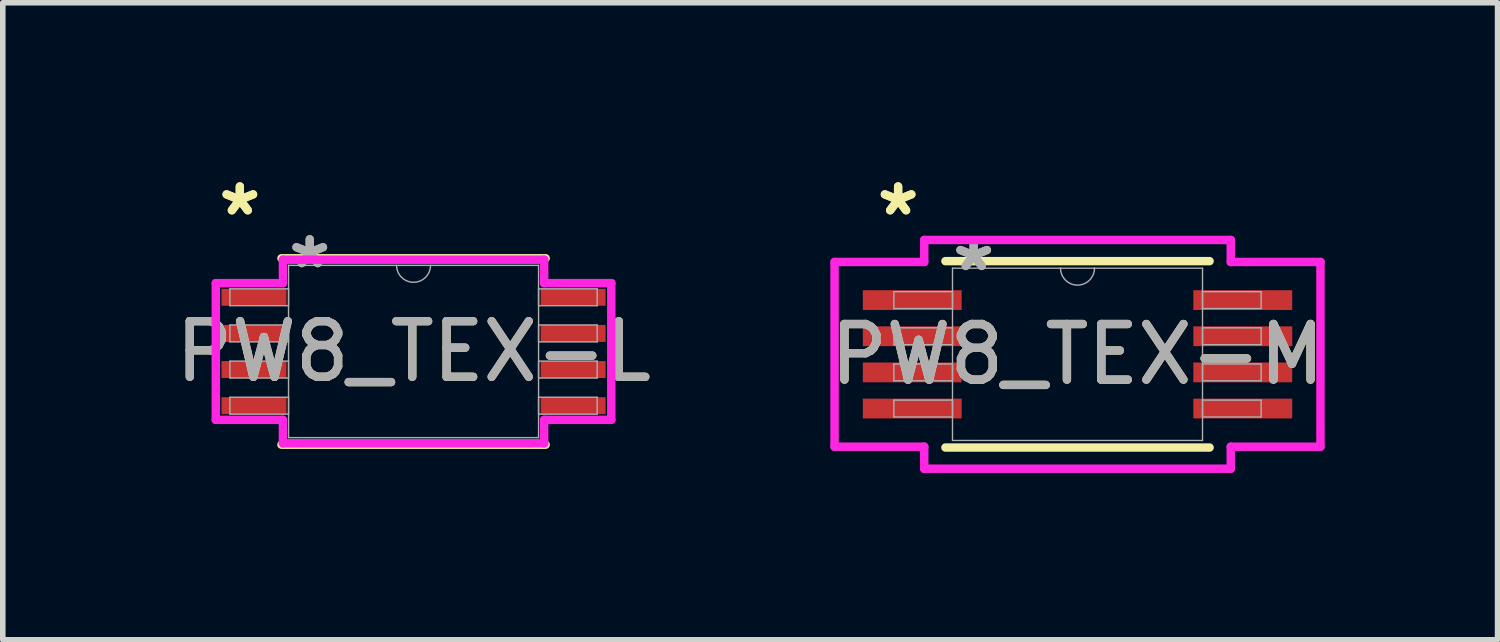
<source format=kicad_pcb>
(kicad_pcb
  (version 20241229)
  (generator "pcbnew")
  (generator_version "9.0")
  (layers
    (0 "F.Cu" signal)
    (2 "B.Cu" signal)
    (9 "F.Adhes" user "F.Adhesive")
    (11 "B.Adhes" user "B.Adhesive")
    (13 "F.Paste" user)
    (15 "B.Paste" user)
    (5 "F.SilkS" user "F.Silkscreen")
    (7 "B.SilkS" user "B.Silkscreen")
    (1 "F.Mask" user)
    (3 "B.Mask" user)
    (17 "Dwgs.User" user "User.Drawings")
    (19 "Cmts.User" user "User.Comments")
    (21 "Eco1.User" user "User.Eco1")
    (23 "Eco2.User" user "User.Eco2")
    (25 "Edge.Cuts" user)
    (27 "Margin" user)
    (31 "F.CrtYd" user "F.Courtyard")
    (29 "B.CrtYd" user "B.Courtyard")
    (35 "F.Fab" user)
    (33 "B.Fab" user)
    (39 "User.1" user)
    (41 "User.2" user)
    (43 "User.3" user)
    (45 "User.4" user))
  (footprint "PW8_TEX-L"
    (layer "F.Cu")
    (at 4.387 3.271)
    (property "Reference" "PW8_TEX-L" (at 0 0 0) (unlocked yes) (layer "F.SilkS") (effects (font (size 1 1) (thickness 0.15))))
    (attr smd)
    (fp_line (start -2.375 1.676) (end 2.375 1.676) (stroke (width 0.152) (type solid)) (layer "F.SilkS"))
    (fp_line (start 2.375 -1.676) (end -2.375 -1.676) (stroke (width 0.152) (type solid)) (layer "F.SilkS"))
    (fp_line (start -3.556 -1.229) (end -2.349 -1.229) (stroke (width 0.152) (type solid)) (layer "F.CrtYd"))
    (fp_line (start -3.556 1.229) (end -3.556 -1.229) (stroke (width 0.152) (type solid)) (layer "F.CrtYd"))
    (fp_line (start -3.556 1.229) (end -2.349 1.229) (stroke (width 0.152) (type solid)) (layer "F.CrtYd"))
    (fp_line (start -2.349 -1.651) (end 2.349 -1.651) (stroke (width 0.152) (type solid)) (layer "F.CrtYd"))
    (fp_line (start -2.349 -1.229) (end -2.349 -1.651) (stroke (width 0.152) (type solid)) (layer "F.CrtYd"))
    (fp_line (start -2.349 1.651) (end -2.349 1.229) (stroke (width 0.152) (type solid)) (layer "F.CrtYd"))
    (fp_line (start 2.349 -1.651) (end 2.349 -1.229) (stroke (width 0.152) (type solid)) (layer "F.CrtYd"))
    (fp_line (start 2.349 1.229) (end 2.349 1.651) (stroke (width 0.152) (type solid)) (layer "F.CrtYd"))
    (fp_line (start 2.349 1.651) (end -2.349 1.651) (stroke (width 0.152) (type solid)) (layer "F.CrtYd"))
    (fp_line (start 3.556 -1.229) (end 2.349 -1.229) (stroke (width 0.152) (type solid)) (layer "F.CrtYd"))
    (fp_line (start 3.556 -1.229) (end 3.556 1.229) (stroke (width 0.152) (type solid)) (layer "F.CrtYd"))
    (fp_line (start 3.556 1.229) (end 2.349 1.229) (stroke (width 0.152) (type solid)) (layer "F.CrtYd"))
    (fp_line (start -3.302 -1.127) (end -3.302 -0.823) (stroke (width 0.025) (type solid)) (layer "F.Fab"))
    (fp_line (start -3.302 -0.823) (end -2.248 -0.823) (stroke (width 0.025) (type solid)) (layer "F.Fab"))
    (fp_line (start -3.302 -0.477) (end -3.302 -0.173) (stroke (width 0.025) (type solid)) (layer "F.Fab"))
    (fp_line (start -3.302 -0.173) (end -2.248 -0.173) (stroke (width 0.025) (type solid)) (layer "F.Fab"))
    (fp_line (start -3.302 0.173) (end -3.302 0.477) (stroke (width 0.025) (type solid)) (layer "F.Fab"))
    (fp_line (start -3.302 0.477) (end -2.248 0.477) (stroke (width 0.025) (type solid)) (layer "F.Fab"))
    (fp_line (start -3.302 0.823) (end -3.302 1.127) (stroke (width 0.025) (type solid)) (layer "F.Fab"))
    (fp_line (start -3.302 1.127) (end -2.248 1.127) (stroke (width 0.025) (type solid)) (layer "F.Fab"))
    (fp_line (start -2.248 -1.549) (end -2.248 1.549) (stroke (width 0.025) (type solid)) (layer "F.Fab"))
    (fp_line (start -2.248 -1.127) (end -3.302 -1.127) (stroke (width 0.025) (type solid)) (layer "F.Fab"))
    (fp_line (start -2.248 -0.823) (end -2.248 -1.127) (stroke (width 0.025) (type solid)) (layer "F.Fab"))
    (fp_line (start -2.248 -0.477) (end -3.302 -0.477) (stroke (width 0.025) (type solid)) (layer "F.Fab"))
    (fp_line (start -2.248 -0.173) (end -2.248 -0.477) (stroke (width 0.025) (type solid)) (layer "F.Fab"))
    (fp_line (start -2.248 0.173) (end -3.302 0.173) (stroke (width 0.025) (type solid)) (layer "F.Fab"))
    (fp_line (start -2.248 0.477) (end -2.248 0.173) (stroke (width 0.025) (type solid)) (layer "F.Fab"))
    (fp_line (start -2.248 0.823) (end -3.302 0.823) (stroke (width 0.025) (type solid)) (layer "F.Fab"))
    (fp_line (start -2.248 1.127) (end -2.248 0.823) (stroke (width 0.025) (type solid)) (layer "F.Fab"))
    (fp_line (start -2.248 1.549) (end 2.248 1.549) (stroke (width 0.025) (type solid)) (layer "F.Fab"))
    (fp_line (start 2.248 -1.549) (end -2.248 -1.549) (stroke (width 0.025) (type solid)) (layer "F.Fab"))
    (fp_line (start 2.248 -1.127) (end 2.248 -0.823) (stroke (width 0.025) (type solid)) (layer "F.Fab"))
    (fp_line (start 2.248 -0.823) (end 3.302 -0.823) (stroke (width 0.025) (type solid)) (layer "F.Fab"))
    (fp_line (start 2.248 -0.477) (end 2.248 -0.173) (stroke (width 0.025) (type solid)) (layer "F.Fab"))
    (fp_line (start 2.248 -0.173) (end 3.302 -0.173) (stroke (width 0.025) (type solid)) (layer "F.Fab"))
    (fp_line (start 2.248 0.173) (end 2.248 0.477) (stroke (width 0.025) (type solid)) (layer "F.Fab"))
    (fp_line (start 2.248 0.477) (end 3.302 0.477) (stroke (width 0.025) (type solid)) (layer "F.Fab"))
    (fp_line (start 2.248 0.823) (end 2.248 1.127) (stroke (width 0.025) (type solid)) (layer "F.Fab"))
    (fp_line (start 2.248 1.127) (end 3.302 1.127) (stroke (width 0.025) (type solid)) (layer "F.Fab"))
    (fp_line (start 2.248 1.549) (end 2.248 -1.549) (stroke (width 0.025) (type solid)) (layer "F.Fab"))
    (fp_line (start 3.302 -1.127) (end 2.248 -1.127) (stroke (width 0.025) (type solid)) (layer "F.Fab"))
    (fp_line (start 3.302 -0.823) (end 3.302 -1.127) (stroke (width 0.025) (type solid)) (layer "F.Fab"))
    (fp_line (start 3.302 -0.477) (end 2.248 -0.477) (stroke (width 0.025) (type solid)) (layer "F.Fab"))
    (fp_line (start 3.302 -0.173) (end 3.302 -0.477) (stroke (width 0.025) (type solid)) (layer "F.Fab"))
    (fp_line (start 3.302 0.173) (end 2.248 0.173) (stroke (width 0.025) (type solid)) (layer "F.Fab"))
    (fp_line (start 3.302 0.477) (end 3.302 0.173) (stroke (width 0.025) (type solid)) (layer "F.Fab"))
    (fp_line (start 3.302 0.823) (end 2.248 0.823) (stroke (width 0.025) (type solid)) (layer "F.Fab"))
    (fp_line (start 3.302 1.127) (end 3.302 0.823) (stroke (width 0.025) (type solid)) (layer "F.Fab"))
    (fp_arc (start 0.3048 -1.5494) (mid 0 -1.2446) (end -0.3048 -1.5494) (stroke (width 0.0254) (type solid)) (layer "F.Fab"))
    (fp_text user "*" (at -3.124 -2.423 0) (unlocked yes) (layer "F.SilkS") (effects (font (size 1 1) (thickness 0.15))))
    (fp_text user "*" (at -3.124 -2.423 0) (layer "F.SilkS") (effects (font (size 1 1) (thickness 0.15))))
    (fp_text user "${REFERENCE}" (at 0 0 0) (unlocked yes) (layer "F.Fab") (effects (font (size 1 1) (thickness 0.15))))
    (fp_text user "*" (at -1.867 -1.473 0) (layer "F.Fab") (effects (font (size 1 1) (thickness 0.15))))
    (fp_text user "*" (at -1.867 -1.473 0) (unlocked yes) (layer "F.Fab") (effects (font (size 1 1) (thickness 0.15))))
    (pad "1" smd rect (at -2.87 -0.975) (size 1.168 0.305) (layers "F.Cu" "F.Mask" "F.Paste"))
    (pad "2" smd rect (at -2.87 -0.325) (size 1.168 0.305) (layers "F.Cu" "F.Mask" "F.Paste"))
    (pad "3" smd rect (at -2.87 0.325) (size 1.168 0.305) (layers "F.Cu" "F.Mask" "F.Paste"))
    (pad "4" smd rect (at -2.87 0.975) (size 1.168 0.305) (layers "F.Cu" "F.Mask" "F.Paste"))
    (pad "5" smd rect (at 2.87 0.975) (size 1.168 0.305) (layers "F.Cu" "F.Mask" "F.Paste"))
    (pad "6" smd rect (at 2.87 0.325) (size 1.168 0.305) (layers "F.Cu" "F.Mask" "F.Paste"))
    (pad "7" smd rect (at 2.87 -0.325) (size 1.168 0.305) (layers "F.Cu" "F.Mask" "F.Paste"))
    (pad "8" smd rect (at 2.87 -0.975) (size 1.168 0.305) (layers "F.Cu" "F.Mask" "F.Paste")))
  (footprint "PW8_TEX-M"
    (layer "F.Cu")
    (at 16.327 3.322)
    (property "Reference" "PW8_TEX-M" (at 0 0 0) (unlocked yes) (layer "F.SilkS") (effects (font (size 1 1) (thickness 0.15))))
    (attr smd)
    (fp_line (start -2.375 1.676) (end 2.375 1.676) (stroke (width 0.152) (type solid)) (layer "F.SilkS"))
    (fp_line (start 2.375 -1.676) (end -2.375 -1.676) (stroke (width 0.152) (type solid)) (layer "F.SilkS"))
    (fp_line (start -4.369 -1.661) (end -2.756 -1.661) (stroke (width 0.152) (type solid)) (layer "F.CrtYd"))
    (fp_line (start -4.369 1.661) (end -4.369 -1.661) (stroke (width 0.152) (type solid)) (layer "F.CrtYd"))
    (fp_line (start -4.369 1.661) (end -2.756 1.661) (stroke (width 0.152) (type solid)) (layer "F.CrtYd"))
    (fp_line (start -2.756 -2.057) (end 2.756 -2.057) (stroke (width 0.152) (type solid)) (layer "F.CrtYd"))
    (fp_line (start -2.756 -1.661) (end -2.756 -2.057) (stroke (width 0.152) (type solid)) (layer "F.CrtYd"))
    (fp_line (start -2.756 2.057) (end -2.756 1.661) (stroke (width 0.152) (type solid)) (layer "F.CrtYd"))
    (fp_line (start 2.756 -2.057) (end 2.756 -1.661) (stroke (width 0.152) (type solid)) (layer "F.CrtYd"))
    (fp_line (start 2.756 1.661) (end 2.756 2.057) (stroke (width 0.152) (type solid)) (layer "F.CrtYd"))
    (fp_line (start 2.756 2.057) (end -2.756 2.057) (stroke (width 0.152) (type solid)) (layer "F.CrtYd"))
    (fp_line (start 4.369 -1.661) (end 2.756 -1.661) (stroke (width 0.152) (type solid)) (layer "F.CrtYd"))
    (fp_line (start 4.369 -1.661) (end 4.369 1.661) (stroke (width 0.152) (type solid)) (layer "F.CrtYd"))
    (fp_line (start 4.369 1.661) (end 2.756 1.661) (stroke (width 0.152) (type solid)) (layer "F.CrtYd"))
    (fp_line (start -3.302 -1.127) (end -3.302 -0.823) (stroke (width 0.025) (type solid)) (layer "F.Fab"))
    (fp_line (start -3.302 -0.823) (end -2.248 -0.823) (stroke (width 0.025) (type solid)) (layer "F.Fab"))
    (fp_line (start -3.302 -0.477) (end -3.302 -0.173) (stroke (width 0.025) (type solid)) (layer "F.Fab"))
    (fp_line (start -3.302 -0.173) (end -2.248 -0.173) (stroke (width 0.025) (type solid)) (layer "F.Fab"))
    (fp_line (start -3.302 0.173) (end -3.302 0.477) (stroke (width 0.025) (type solid)) (layer "F.Fab"))
    (fp_line (start -3.302 0.477) (end -2.248 0.477) (stroke (width 0.025) (type solid)) (layer "F.Fab"))
    (fp_line (start -3.302 0.823) (end -3.302 1.127) (stroke (width 0.025) (type solid)) (layer "F.Fab"))
    (fp_line (start -3.302 1.127) (end -2.248 1.127) (stroke (width 0.025) (type solid)) (layer "F.Fab"))
    (fp_line (start -2.248 -1.549) (end -2.248 1.549) (stroke (width 0.025) (type solid)) (layer "F.Fab"))
    (fp_line (start -2.248 -1.127) (end -3.302 -1.127) (stroke (width 0.025) (type solid)) (layer "F.Fab"))
    (fp_line (start -2.248 -0.823) (end -2.248 -1.127) (stroke (width 0.025) (type solid)) (layer "F.Fab"))
    (fp_line (start -2.248 -0.477) (end -3.302 -0.477) (stroke (width 0.025) (type solid)) (layer "F.Fab"))
    (fp_line (start -2.248 -0.173) (end -2.248 -0.477) (stroke (width 0.025) (type solid)) (layer "F.Fab"))
    (fp_line (start -2.248 0.173) (end -3.302 0.173) (stroke (width 0.025) (type solid)) (layer "F.Fab"))
    (fp_line (start -2.248 0.477) (end -2.248 0.173) (stroke (width 0.025) (type solid)) (layer "F.Fab"))
    (fp_line (start -2.248 0.823) (end -3.302 0.823) (stroke (width 0.025) (type solid)) (layer "F.Fab"))
    (fp_line (start -2.248 1.127) (end -2.248 0.823) (stroke (width 0.025) (type solid)) (layer "F.Fab"))
    (fp_line (start -2.248 1.549) (end 2.248 1.549) (stroke (width 0.025) (type solid)) (layer "F.Fab"))
    (fp_line (start 2.248 -1.549) (end -2.248 -1.549) (stroke (width 0.025) (type solid)) (layer "F.Fab"))
    (fp_line (start 2.248 -1.127) (end 2.248 -0.823) (stroke (width 0.025) (type solid)) (layer "F.Fab"))
    (fp_line (start 2.248 -0.823) (end 3.302 -0.823) (stroke (width 0.025) (type solid)) (layer "F.Fab"))
    (fp_line (start 2.248 -0.477) (end 2.248 -0.173) (stroke (width 0.025) (type solid)) (layer "F.Fab"))
    (fp_line (start 2.248 -0.173) (end 3.302 -0.173) (stroke (width 0.025) (type solid)) (layer "F.Fab"))
    (fp_line (start 2.248 0.173) (end 2.248 0.477) (stroke (width 0.025) (type solid)) (layer "F.Fab"))
    (fp_line (start 2.248 0.477) (end 3.302 0.477) (stroke (width 0.025) (type solid)) (layer "F.Fab"))
    (fp_line (start 2.248 0.823) (end 2.248 1.127) (stroke (width 0.025) (type solid)) (layer "F.Fab"))
    (fp_line (start 2.248 1.127) (end 3.302 1.127) (stroke (width 0.025) (type solid)) (layer "F.Fab"))
    (fp_line (start 2.248 1.549) (end 2.248 -1.549) (stroke (width 0.025) (type solid)) (layer "F.Fab"))
    (fp_line (start 3.302 -1.127) (end 2.248 -1.127) (stroke (width 0.025) (type solid)) (layer "F.Fab"))
    (fp_line (start 3.302 -0.823) (end 3.302 -1.127) (stroke (width 0.025) (type solid)) (layer "F.Fab"))
    (fp_line (start 3.302 -0.477) (end 2.248 -0.477) (stroke (width 0.025) (type solid)) (layer "F.Fab"))
    (fp_line (start 3.302 -0.173) (end 3.302 -0.477) (stroke (width 0.025) (type solid)) (layer "F.Fab"))
    (fp_line (start 3.302 0.173) (end 2.248 0.173) (stroke (width 0.025) (type solid)) (layer "F.Fab"))
    (fp_line (start 3.302 0.477) (end 3.302 0.173) (stroke (width 0.025) (type solid)) (layer "F.Fab"))
    (fp_line (start 3.302 0.823) (end 2.248 0.823) (stroke (width 0.025) (type solid)) (layer "F.Fab"))
    (fp_line (start 3.302 1.127) (end 3.302 0.823) (stroke (width 0.025) (type solid)) (layer "F.Fab"))
    (fp_arc (start 0.3048 -1.5494) (mid 0 -1.2446) (end -0.3048 -1.5494) (stroke (width 0.0254) (type solid)) (layer "F.Fab"))
    (fp_text user "*" (at -3.226 -2.474 0) (unlocked yes) (layer "F.SilkS") (effects (font (size 1 1) (thickness 0.15))))
    (fp_text user "*" (at -3.226 -2.474 0) (layer "F.SilkS") (effects (font (size 1 1) (thickness 0.15))))
    (fp_text user "*" (at -1.867 -1.473 0) (unlocked yes) (layer "F.Fab") (effects (font (size 1 1) (thickness 0.15))))
    (fp_text user "*" (at -1.867 -1.473 0) (layer "F.Fab") (effects (font (size 1 1) (thickness 0.15))))
    (fp_text user "${REFERENCE}" (at 0 0 0) (unlocked yes) (layer "F.Fab") (effects (font (size 1 1) (thickness 0.15))))
    (pad "1" smd rect (at -2.972 -0.975) (size 1.778 0.356) (layers "F.Cu" "F.Mask" "F.Paste"))
    (pad "2" smd rect (at -2.972 -0.325) (size 1.778 0.356) (layers "F.Cu" "F.Mask" "F.Paste"))
    (pad "3" smd rect (at -2.972 0.325) (size 1.778 0.356) (layers "F.Cu" "F.Mask" "F.Paste"))
    (pad "4" smd rect (at -2.972 0.975) (size 1.778 0.356) (layers "F.Cu" "F.Mask" "F.Paste"))
    (pad "5" smd rect (at 2.972 0.975) (size 1.778 0.356) (layers "F.Cu" "F.Mask" "F.Paste"))
    (pad "6" smd rect (at 2.972 0.325) (size 1.778 0.356) (layers "F.Cu" "F.Mask" "F.Paste"))
    (pad "7" smd rect (at 2.972 -0.325) (size 1.778 0.356) (layers "F.Cu" "F.Mask" "F.Paste"))
    (pad "8" smd rect (at 2.972 -0.975) (size 1.778 0.356) (layers "F.Cu" "F.Mask" "F.Paste")))
  (gr_rect
    (start -3 -3)
    (end 23.881 8.455)
    (stroke (width 0.1) (type default))
    (fill no)
    (layer "Edge.Cuts")))
</source>
